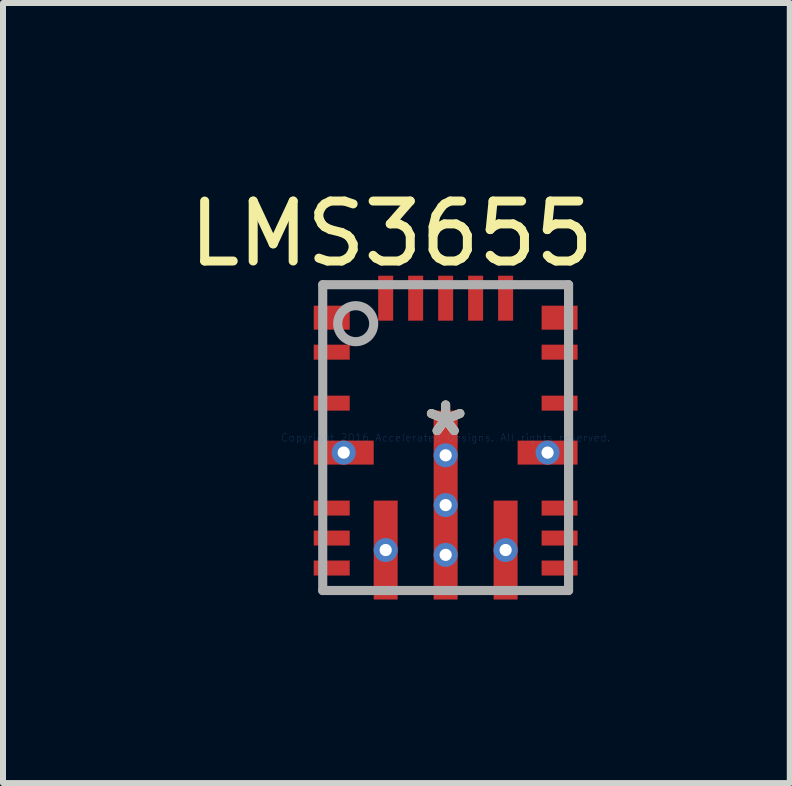
<source format=kicad_pcb>
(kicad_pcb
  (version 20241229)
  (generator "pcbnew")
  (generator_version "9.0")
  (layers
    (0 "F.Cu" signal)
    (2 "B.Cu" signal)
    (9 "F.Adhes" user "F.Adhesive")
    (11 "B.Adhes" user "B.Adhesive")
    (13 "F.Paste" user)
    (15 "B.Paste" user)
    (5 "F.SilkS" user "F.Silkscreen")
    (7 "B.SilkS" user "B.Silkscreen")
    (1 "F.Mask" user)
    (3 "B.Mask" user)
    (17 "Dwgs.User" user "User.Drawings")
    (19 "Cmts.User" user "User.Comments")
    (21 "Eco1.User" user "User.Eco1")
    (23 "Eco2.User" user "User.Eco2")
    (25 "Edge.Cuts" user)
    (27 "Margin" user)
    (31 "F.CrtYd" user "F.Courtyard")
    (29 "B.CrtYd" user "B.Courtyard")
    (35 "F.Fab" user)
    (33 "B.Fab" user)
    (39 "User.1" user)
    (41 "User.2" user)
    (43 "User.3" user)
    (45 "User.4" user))
  (footprint "LMS3655"
    (layer "F.Cu")
    (at 4.382 4.248)
    (property "Reference" "LMS3655" (at -0.9 -3.4 0) (layer "F.SilkS") (effects (font (size 1 1) (thickness 0.15))))
    (attr through_hole)
    (fp_line (start -2.2 0.1) (end -2.199 0.09) (stroke (width 0.152) (type solid)) (layer "F.Paste"))
    (fp_line (start -2.2 0.4) (end -2.2 0.1) (stroke (width 0.152) (type solid)) (layer "F.Paste"))
    (fp_line (start -2.199 0.09) (end -2.196 0.081) (stroke (width 0.152) (type solid)) (layer "F.Paste"))
    (fp_line (start -2.199 0.41) (end -2.2 0.4) (stroke (width 0.152) (type solid)) (layer "F.Paste"))
    (fp_line (start -2.196 0.081) (end -2.192 0.072) (stroke (width 0.152) (type solid)) (layer "F.Paste"))
    (fp_line (start -2.196 0.419) (end -2.199 0.41) (stroke (width 0.152) (type solid)) (layer "F.Paste"))
    (fp_line (start -2.192 0.072) (end -2.185 0.065) (stroke (width 0.152) (type solid)) (layer "F.Paste"))
    (fp_line (start -2.192 0.428) (end -2.196 0.419) (stroke (width 0.152) (type solid)) (layer "F.Paste"))
    (fp_line (start -2.185 0.065) (end -2.178 0.058) (stroke (width 0.152) (type solid)) (layer "F.Paste"))
    (fp_line (start -2.185 0.435) (end -2.192 0.428) (stroke (width 0.152) (type solid)) (layer "F.Paste"))
    (fp_line (start -2.178 0.058) (end -2.169 0.054) (stroke (width 0.152) (type solid)) (layer "F.Paste"))
    (fp_line (start -2.178 0.442) (end -2.185 0.435) (stroke (width 0.152) (type solid)) (layer "F.Paste"))
    (fp_line (start -2.169 0.054) (end -2.16 0.051) (stroke (width 0.152) (type solid)) (layer "F.Paste"))
    (fp_line (start -2.169 0.446) (end -2.178 0.442) (stroke (width 0.152) (type solid)) (layer "F.Paste"))
    (fp_line (start -2.16 0.051) (end -2.15 0.05) (stroke (width 0.152) (type solid)) (layer "F.Paste"))
    (fp_line (start -2.16 0.449) (end -2.169 0.446) (stroke (width 0.152) (type solid)) (layer "F.Paste"))
    (fp_line (start -2.15 0.05) (end -1.85 0.05) (stroke (width 0.152) (type solid)) (layer "F.Paste"))
    (fp_line (start -2.15 0.45) (end -2.16 0.449) (stroke (width 0.152) (type solid)) (layer "F.Paste"))
    (fp_line (start -1.85 0.05) (end -1.84 0.051) (stroke (width 0.152) (type solid)) (layer "F.Paste"))
    (fp_line (start -1.85 0.45) (end -2.15 0.45) (stroke (width 0.152) (type solid)) (layer "F.Paste"))
    (fp_line (start -1.84 0.051) (end -1.831 0.054) (stroke (width 0.152) (type solid)) (layer "F.Paste"))
    (fp_line (start -1.84 0.449) (end -1.85 0.45) (stroke (width 0.152) (type solid)) (layer "F.Paste"))
    (fp_line (start -1.831 0.054) (end -1.822 0.058) (stroke (width 0.152) (type solid)) (layer "F.Paste"))
    (fp_line (start -1.831 0.446) (end -1.84 0.449) (stroke (width 0.152) (type solid)) (layer "F.Paste"))
    (fp_line (start -1.822 0.058) (end -1.815 0.065) (stroke (width 0.152) (type solid)) (layer "F.Paste"))
    (fp_line (start -1.822 0.442) (end -1.831 0.446) (stroke (width 0.152) (type solid)) (layer "F.Paste"))
    (fp_line (start -1.815 0.065) (end -1.808 0.072) (stroke (width 0.152) (type solid)) (layer "F.Paste"))
    (fp_line (start -1.815 0.435) (end -1.822 0.442) (stroke (width 0.152) (type solid)) (layer "F.Paste"))
    (fp_line (start -1.808 0.072) (end -1.804 0.081) (stroke (width 0.152) (type solid)) (layer "F.Paste"))
    (fp_line (start -1.808 0.428) (end -1.815 0.435) (stroke (width 0.152) (type solid)) (layer "F.Paste"))
    (fp_line (start -1.804 0.081) (end -1.801 0.09) (stroke (width 0.152) (type solid)) (layer "F.Paste"))
    (fp_line (start -1.804 0.419) (end -1.808 0.428) (stroke (width 0.152) (type solid)) (layer "F.Paste"))
    (fp_line (start -1.801 0.09) (end -1.8 0.1) (stroke (width 0.152) (type solid)) (layer "F.Paste"))
    (fp_line (start -1.801 0.41) (end -1.804 0.419) (stroke (width 0.152) (type solid)) (layer "F.Paste"))
    (fp_line (start -1.8 0.1) (end -1.8 0.4) (stroke (width 0.152) (type solid)) (layer "F.Paste"))
    (fp_line (start -1.8 0.4) (end -1.801 0.41) (stroke (width 0.152) (type solid)) (layer "F.Paste"))
    (fp_line (start -1.6 0.1) (end -1.599 0.09) (stroke (width 0.152) (type solid)) (layer "F.Paste"))
    (fp_line (start -1.6 0.4) (end -1.6 0.1) (stroke (width 0.152) (type solid)) (layer "F.Paste"))
    (fp_line (start -1.599 0.09) (end -1.596 0.081) (stroke (width 0.152) (type solid)) (layer "F.Paste"))
    (fp_line (start -1.599 0.41) (end -1.6 0.4) (stroke (width 0.152) (type solid)) (layer "F.Paste"))
    (fp_line (start -1.596 0.081) (end -1.592 0.072) (stroke (width 0.152) (type solid)) (layer "F.Paste"))
    (fp_line (start -1.596 0.419) (end -1.599 0.41) (stroke (width 0.152) (type solid)) (layer "F.Paste"))
    (fp_line (start -1.592 0.072) (end -1.585 0.065) (stroke (width 0.152) (type solid)) (layer "F.Paste"))
    (fp_line (start -1.592 0.428) (end -1.596 0.419) (stroke (width 0.152) (type solid)) (layer "F.Paste"))
    (fp_line (start -1.585 0.065) (end -1.578 0.058) (stroke (width 0.152) (type solid)) (layer "F.Paste"))
    (fp_line (start -1.585 0.435) (end -1.592 0.428) (stroke (width 0.152) (type solid)) (layer "F.Paste"))
    (fp_line (start -1.578 0.058) (end -1.569 0.054) (stroke (width 0.152) (type solid)) (layer "F.Paste"))
    (fp_line (start -1.578 0.442) (end -1.585 0.435) (stroke (width 0.152) (type solid)) (layer "F.Paste"))
    (fp_line (start -1.569 0.054) (end -1.56 0.051) (stroke (width 0.152) (type solid)) (layer "F.Paste"))
    (fp_line (start -1.569 0.446) (end -1.578 0.442) (stroke (width 0.152) (type solid)) (layer "F.Paste"))
    (fp_line (start -1.56 0.051) (end -1.55 0.05) (stroke (width 0.152) (type solid)) (layer "F.Paste"))
    (fp_line (start -1.56 0.449) (end -1.569 0.446) (stroke (width 0.152) (type solid)) (layer "F.Paste"))
    (fp_line (start -1.55 0.05) (end -1.25 0.05) (stroke (width 0.152) (type solid)) (layer "F.Paste"))
    (fp_line (start -1.55 0.45) (end -1.56 0.449) (stroke (width 0.152) (type solid)) (layer "F.Paste"))
    (fp_line (start -1.25 0.05) (end -1.24 0.051) (stroke (width 0.152) (type solid)) (layer "F.Paste"))
    (fp_line (start -1.25 0.45) (end -1.55 0.45) (stroke (width 0.152) (type solid)) (layer "F.Paste"))
    (fp_line (start -1.24 0.051) (end -1.231 0.054) (stroke (width 0.152) (type solid)) (layer "F.Paste"))
    (fp_line (start -1.24 0.449) (end -1.25 0.45) (stroke (width 0.152) (type solid)) (layer "F.Paste"))
    (fp_line (start -1.231 0.054) (end -1.222 0.058) (stroke (width 0.152) (type solid)) (layer "F.Paste"))
    (fp_line (start -1.231 0.446) (end -1.24 0.449) (stroke (width 0.152) (type solid)) (layer "F.Paste"))
    (fp_line (start -1.222 0.058) (end -1.215 0.065) (stroke (width 0.152) (type solid)) (layer "F.Paste"))
    (fp_line (start -1.222 0.442) (end -1.231 0.446) (stroke (width 0.152) (type solid)) (layer "F.Paste"))
    (fp_line (start -1.215 0.065) (end -1.208 0.072) (stroke (width 0.152) (type solid)) (layer "F.Paste"))
    (fp_line (start -1.215 0.435) (end -1.222 0.442) (stroke (width 0.152) (type solid)) (layer "F.Paste"))
    (fp_line (start -1.208 0.072) (end -1.204 0.081) (stroke (width 0.152) (type solid)) (layer "F.Paste"))
    (fp_line (start -1.208 0.428) (end -1.215 0.435) (stroke (width 0.152) (type solid)) (layer "F.Paste"))
    (fp_line (start -1.204 0.081) (end -1.201 0.09) (stroke (width 0.152) (type solid)) (layer "F.Paste"))
    (fp_line (start -1.204 0.419) (end -1.208 0.428) (stroke (width 0.152) (type solid)) (layer "F.Paste"))
    (fp_line (start -1.201 0.09) (end -1.2 0.1) (stroke (width 0.152) (type solid)) (layer "F.Paste"))
    (fp_line (start -1.201 0.41) (end -1.204 0.419) (stroke (width 0.152) (type solid)) (layer "F.Paste"))
    (fp_line (start -1.2 0.1) (end -1.2 0.4) (stroke (width 0.152) (type solid)) (layer "F.Paste"))
    (fp_line (start -1.2 0.4) (end -1.201 0.41) (stroke (width 0.152) (type solid)) (layer "F.Paste"))
    (fp_line (start -1.2 1.165) (end -1.199 1.155) (stroke (width 0.152) (type solid)) (layer "F.Paste"))
    (fp_line (start -1.2 1.725) (end -1.2 1.165) (stroke (width 0.152) (type solid)) (layer "F.Paste"))
    (fp_line (start -1.2 2.025) (end -1.199 2.015) (stroke (width 0.152) (type solid)) (layer "F.Paste"))
    (fp_line (start -1.2 2.585) (end -1.2 2.025) (stroke (width 0.152) (type solid)) (layer "F.Paste"))
    (fp_line (start -1.199 1.155) (end -1.196 1.146) (stroke (width 0.152) (type solid)) (layer "F.Paste"))
    (fp_line (start -1.199 1.735) (end -1.2 1.725) (stroke (width 0.152) (type solid)) (layer "F.Paste"))
    (fp_line (start -1.199 2.015) (end -1.196 2.006) (stroke (width 0.152) (type solid)) (layer "F.Paste"))
    (fp_line (start -1.199 2.595) (end -1.2 2.585) (stroke (width 0.152) (type solid)) (layer "F.Paste"))
    (fp_line (start -1.196 1.146) (end -1.192 1.137) (stroke (width 0.152) (type solid)) (layer "F.Paste"))
    (fp_line (start -1.196 1.744) (end -1.199 1.735) (stroke (width 0.152) (type solid)) (layer "F.Paste"))
    (fp_line (start -1.196 2.006) (end -1.192 1.997) (stroke (width 0.152) (type solid)) (layer "F.Paste"))
    (fp_line (start -1.196 2.604) (end -1.199 2.595) (stroke (width 0.152) (type solid)) (layer "F.Paste"))
    (fp_line (start -1.192 1.137) (end -1.185 1.13) (stroke (width 0.152) (type solid)) (layer "F.Paste"))
    (fp_line (start -1.192 1.753) (end -1.196 1.744) (stroke (width 0.152) (type solid)) (layer "F.Paste"))
    (fp_line (start -1.192 1.997) (end -1.185 1.99) (stroke (width 0.152) (type solid)) (layer "F.Paste"))
    (fp_line (start -1.192 2.613) (end -1.196 2.604) (stroke (width 0.152) (type solid)) (layer "F.Paste"))
    (fp_line (start -1.185 1.13) (end -1.178 1.123) (stroke (width 0.152) (type solid)) (layer "F.Paste"))
    (fp_line (start -1.185 1.76) (end -1.192 1.753) (stroke (width 0.152) (type solid)) (layer "F.Paste"))
    (fp_line (start -1.185 1.99) (end -1.178 1.983) (stroke (width 0.152) (type solid)) (layer "F.Paste"))
    (fp_line (start -1.185 2.62) (end -1.192 2.613) (stroke (width 0.152) (type solid)) (layer "F.Paste"))
    (fp_line (start -1.178 1.123) (end -1.169 1.119) (stroke (width 0.152) (type solid)) (layer "F.Paste"))
    (fp_line (start -1.178 1.767) (end -1.185 1.76) (stroke (width 0.152) (type solid)) (layer "F.Paste"))
    (fp_line (start -1.178 1.983) (end -1.169 1.979) (stroke (width 0.152) (type solid)) (layer "F.Paste"))
    (fp_line (start -1.178 2.627) (end -1.185 2.62) (stroke (width 0.152) (type solid)) (layer "F.Paste"))
    (fp_line (start -1.169 1.119) (end -1.16 1.116) (stroke (width 0.152) (type solid)) (layer "F.Paste"))
    (fp_line (start -1.169 1.771) (end -1.178 1.767) (stroke (width 0.152) (type solid)) (layer "F.Paste"))
    (fp_line (start -1.169 1.979) (end -1.16 1.976) (stroke (width 0.152) (type solid)) (layer "F.Paste"))
    (fp_line (start -1.169 2.631) (end -1.178 2.627) (stroke (width 0.152) (type solid)) (layer "F.Paste"))
    (fp_line (start -1.16 1.116) (end -1.15 1.115) (stroke (width 0.152) (type solid)) (layer "F.Paste"))
    (fp_line (start -1.16 1.774) (end -1.169 1.771) (stroke (width 0.152) (type solid)) (layer "F.Paste"))
    (fp_line (start -1.16 1.976) (end -1.15 1.975) (stroke (width 0.152) (type solid)) (layer "F.Paste"))
    (fp_line (start -1.16 2.634) (end -1.169 2.631) (stroke (width 0.152) (type solid)) (layer "F.Paste"))
    (fp_line (start -1.15 1.115) (end -0.85 1.115) (stroke (width 0.152) (type solid)) (layer "F.Paste"))
    (fp_line (start -1.15 1.775) (end -1.16 1.774) (stroke (width 0.152) (type solid)) (layer "F.Paste"))
    (fp_line (start -1.15 1.975) (end -0.85 1.975) (stroke (width 0.152) (type solid)) (layer "F.Paste"))
    (fp_line (start -1.15 2.635) (end -1.16 2.634) (stroke (width 0.152) (type solid)) (layer "F.Paste"))
    (fp_line (start -0.85 1.115) (end -0.84 1.116) (stroke (width 0.152) (type solid)) (layer "F.Paste"))
    (fp_line (start -0.85 1.775) (end -1.15 1.775) (stroke (width 0.152) (type solid)) (layer "F.Paste"))
    (fp_line (start -0.85 1.975) (end -0.84 1.976) (stroke (width 0.152) (type solid)) (layer "F.Paste"))
    (fp_line (start -0.85 2.635) (end -1.15 2.635) (stroke (width 0.152) (type solid)) (layer "F.Paste"))
    (fp_line (start -0.84 1.116) (end -0.831 1.119) (stroke (width 0.152) (type solid)) (layer "F.Paste"))
    (fp_line (start -0.84 1.774) (end -0.85 1.775) (stroke (width 0.152) (type solid)) (layer "F.Paste"))
    (fp_line (start -0.84 1.976) (end -0.831 1.979) (stroke (width 0.152) (type solid)) (layer "F.Paste"))
    (fp_line (start -0.84 2.634) (end -0.85 2.635) (stroke (width 0.152) (type solid)) (layer "F.Paste"))
    (fp_line (start -0.831 1.119) (end -0.822 1.123) (stroke (width 0.152) (type solid)) (layer "F.Paste"))
    (fp_line (start -0.831 1.771) (end -0.84 1.774) (stroke (width 0.152) (type solid)) (layer "F.Paste"))
    (fp_line (start -0.831 1.979) (end -0.822 1.983) (stroke (width 0.152) (type solid)) (layer "F.Paste"))
    (fp_line (start -0.831 2.631) (end -0.84 2.634) (stroke (width 0.152) (type solid)) (layer "F.Paste"))
    (fp_line (start -0.822 1.123) (end -0.815 1.13) (stroke (width 0.152) (type solid)) (layer "F.Paste"))
    (fp_line (start -0.822 1.767) (end -0.831 1.771) (stroke (width 0.152) (type solid)) (layer "F.Paste"))
    (fp_line (start -0.822 1.983) (end -0.815 1.99) (stroke (width 0.152) (type solid)) (layer "F.Paste"))
    (fp_line (start -0.822 2.627) (end -0.831 2.631) (stroke (width 0.152) (type solid)) (layer "F.Paste"))
    (fp_line (start -0.815 1.13) (end -0.808 1.137) (stroke (width 0.152) (type solid)) (layer "F.Paste"))
    (fp_line (start -0.815 1.76) (end -0.822 1.767) (stroke (width 0.152) (type solid)) (layer "F.Paste"))
    (fp_line (start -0.815 1.99) (end -0.808 1.997) (stroke (width 0.152) (type solid)) (layer "F.Paste"))
    (fp_line (start -0.815 2.62) (end -0.822 2.627) (stroke (width 0.152) (type solid)) (layer "F.Paste"))
    (fp_line (start -0.808 1.137) (end -0.804 1.146) (stroke (width 0.152) (type solid)) (layer "F.Paste"))
    (fp_line (start -0.808 1.753) (end -0.815 1.76) (stroke (width 0.152) (type solid)) (layer "F.Paste"))
    (fp_line (start -0.808 1.997) (end -0.804 2.006) (stroke (width 0.152) (type solid)) (layer "F.Paste"))
    (fp_line (start -0.808 2.613) (end -0.815 2.62) (stroke (width 0.152) (type solid)) (layer "F.Paste"))
    (fp_line (start -0.804 1.146) (end -0.801 1.155) (stroke (width 0.152) (type solid)) (layer "F.Paste"))
    (fp_line (start -0.804 1.744) (end -0.808 1.753) (stroke (width 0.152) (type solid)) (layer "F.Paste"))
    (fp_line (start -0.804 2.006) (end -0.801 2.015) (stroke (width 0.152) (type solid)) (layer "F.Paste"))
    (fp_line (start -0.804 2.604) (end -0.808 2.613) (stroke (width 0.152) (type solid)) (layer "F.Paste"))
    (fp_line (start -0.801 1.155) (end -0.8 1.165) (stroke (width 0.152) (type solid)) (layer "F.Paste"))
    (fp_line (start -0.801 1.735) (end -0.804 1.744) (stroke (width 0.152) (type solid)) (layer "F.Paste"))
    (fp_line (start -0.801 2.015) (end -0.8 2.025) (stroke (width 0.152) (type solid)) (layer "F.Paste"))
    (fp_line (start -0.801 2.595) (end -0.804 2.604) (stroke (width 0.152) (type solid)) (layer "F.Paste"))
    (fp_line (start -0.8 1.165) (end -0.8 1.725) (stroke (width 0.152) (type solid)) (layer "F.Paste"))
    (fp_line (start -0.8 1.725) (end -0.801 1.735) (stroke (width 0.152) (type solid)) (layer "F.Paste"))
    (fp_line (start -0.8 2.025) (end -0.8 2.585) (stroke (width 0.152) (type solid)) (layer "F.Paste"))
    (fp_line (start -0.8 2.585) (end -0.801 2.595) (stroke (width 0.152) (type solid)) (layer "F.Paste"))
    (fp_line (start -0.2 -0.385) (end -0.199 -0.395) (stroke (width 0.152) (type solid)) (layer "F.Paste"))
    (fp_line (start -0.2 0.145) (end -0.2 -0.385) (stroke (width 0.152) (type solid)) (layer "F.Paste"))
    (fp_line (start -0.2 0.445) (end -0.199 0.435) (stroke (width 0.152) (type solid)) (layer "F.Paste"))
    (fp_line (start -0.2 0.975) (end -0.2 0.445) (stroke (width 0.152) (type solid)) (layer "F.Paste"))
    (fp_line (start -0.2 1.275) (end -0.199 1.265) (stroke (width 0.152) (type solid)) (layer "F.Paste"))
    (fp_line (start -0.2 1.805) (end -0.2 1.275) (stroke (width 0.152) (type solid)) (layer "F.Paste"))
    (fp_line (start -0.2 2.105) (end -0.199 2.095) (stroke (width 0.152) (type solid)) (layer "F.Paste"))
    (fp_line (start -0.2 2.635) (end -0.2 2.105) (stroke (width 0.152) (type solid)) (layer "F.Paste"))
    (fp_line (start -0.199 -0.395) (end -0.196 -0.404) (stroke (width 0.152) (type solid)) (layer "F.Paste"))
    (fp_line (start -0.199 0.155) (end -0.2 0.145) (stroke (width 0.152) (type solid)) (layer "F.Paste"))
    (fp_line (start -0.199 0.435) (end -0.196 0.426) (stroke (width 0.152) (type solid)) (layer "F.Paste"))
    (fp_line (start -0.199 0.985) (end -0.2 0.975) (stroke (width 0.152) (type solid)) (layer "F.Paste"))
    (fp_line (start -0.199 1.265) (end -0.196 1.256) (stroke (width 0.152) (type solid)) (layer "F.Paste"))
    (fp_line (start -0.199 1.815) (end -0.2 1.805) (stroke (width 0.152) (type solid)) (layer "F.Paste"))
    (fp_line (start -0.199 2.095) (end -0.196 2.086) (stroke (width 0.152) (type solid)) (layer "F.Paste"))
    (fp_line (start -0.199 2.645) (end -0.2 2.635) (stroke (width 0.152) (type solid)) (layer "F.Paste"))
    (fp_line (start -0.196 -0.404) (end -0.192 -0.413) (stroke (width 0.152) (type solid)) (layer "F.Paste"))
    (fp_line (start -0.196 0.164) (end -0.199 0.155) (stroke (width 0.152) (type solid)) (layer "F.Paste"))
    (fp_line (start -0.196 0.426) (end -0.192 0.417) (stroke (width 0.152) (type solid)) (layer "F.Paste"))
    (fp_line (start -0.196 0.994) (end -0.199 0.985) (stroke (width 0.152) (type solid)) (layer "F.Paste"))
    (fp_line (start -0.196 1.256) (end -0.192 1.247) (stroke (width 0.152) (type solid)) (layer "F.Paste"))
    (fp_line (start -0.196 1.824) (end -0.199 1.815) (stroke (width 0.152) (type solid)) (layer "F.Paste"))
    (fp_line (start -0.196 2.086) (end -0.192 2.077) (stroke (width 0.152) (type solid)) (layer "F.Paste"))
    (fp_line (start -0.196 2.654) (end -0.199 2.645) (stroke (width 0.152) (type solid)) (layer "F.Paste"))
    (fp_line (start -0.192 -0.413) (end -0.185 -0.42) (stroke (width 0.152) (type solid)) (layer "F.Paste"))
    (fp_line (start -0.192 0.173) (end -0.196 0.164) (stroke (width 0.152) (type solid)) (layer "F.Paste"))
    (fp_line (start -0.192 0.417) (end -0.185 0.41) (stroke (width 0.152) (type solid)) (layer "F.Paste"))
    (fp_line (start -0.192 1.003) (end -0.196 0.994) (stroke (width 0.152) (type solid)) (layer "F.Paste"))
    (fp_line (start -0.192 1.247) (end -0.185 1.24) (stroke (width 0.152) (type solid)) (layer "F.Paste"))
    (fp_line (start -0.192 1.833) (end -0.196 1.824) (stroke (width 0.152) (type solid)) (layer "F.Paste"))
    (fp_line (start -0.192 2.077) (end -0.185 2.07) (stroke (width 0.152) (type solid)) (layer "F.Paste"))
    (fp_line (start -0.192 2.663) (end -0.196 2.654) (stroke (width 0.152) (type solid)) (layer "F.Paste"))
    (fp_line (start -0.185 -0.42) (end -0.178 -0.427) (stroke (width 0.152) (type solid)) (layer "F.Paste"))
    (fp_line (start -0.185 0.18) (end -0.192 0.173) (stroke (width 0.152) (type solid)) (layer "F.Paste"))
    (fp_line (start -0.185 0.41) (end -0.178 0.403) (stroke (width 0.152) (type solid)) (layer "F.Paste"))
    (fp_line (start -0.185 1.01) (end -0.192 1.003) (stroke (width 0.152) (type solid)) (layer "F.Paste"))
    (fp_line (start -0.185 1.24) (end -0.178 1.233) (stroke (width 0.152) (type solid)) (layer "F.Paste"))
    (fp_line (start -0.185 1.84) (end -0.192 1.833) (stroke (width 0.152) (type solid)) (layer "F.Paste"))
    (fp_line (start -0.185 2.07) (end -0.178 2.063) (stroke (width 0.152) (type solid)) (layer "F.Paste"))
    (fp_line (start -0.185 2.67) (end -0.192 2.663) (stroke (width 0.152) (type solid)) (layer "F.Paste"))
    (fp_line (start -0.178 -0.427) (end -0.169 -0.431) (stroke (width 0.152) (type solid)) (layer "F.Paste"))
    (fp_line (start -0.178 0.187) (end -0.185 0.18) (stroke (width 0.152) (type solid)) (layer "F.Paste"))
    (fp_line (start -0.178 0.403) (end -0.169 0.399) (stroke (width 0.152) (type solid)) (layer "F.Paste"))
    (fp_line (start -0.178 1.017) (end -0.185 1.01) (stroke (width 0.152) (type solid)) (layer "F.Paste"))
    (fp_line (start -0.178 1.233) (end -0.169 1.229) (stroke (width 0.152) (type solid)) (layer "F.Paste"))
    (fp_line (start -0.178 1.847) (end -0.185 1.84) (stroke (width 0.152) (type solid)) (layer "F.Paste"))
    (fp_line (start -0.178 2.063) (end -0.169 2.059) (stroke (width 0.152) (type solid)) (layer "F.Paste"))
    (fp_line (start -0.178 2.677) (end -0.185 2.67) (stroke (width 0.152) (type solid)) (layer "F.Paste"))
    (fp_line (start -0.169 -0.431) (end -0.16 -0.434) (stroke (width 0.152) (type solid)) (layer "F.Paste"))
    (fp_line (start -0.169 0.191) (end -0.178 0.187) (stroke (width 0.152) (type solid)) (layer "F.Paste"))
    (fp_line (start -0.169 0.399) (end -0.16 0.396) (stroke (width 0.152) (type solid)) (layer "F.Paste"))
    (fp_line (start -0.169 1.021) (end -0.178 1.017) (stroke (width 0.152) (type solid)) (layer "F.Paste"))
    (fp_line (start -0.169 1.229) (end -0.16 1.226) (stroke (width 0.152) (type solid)) (layer "F.Paste"))
    (fp_line (start -0.169 1.851) (end -0.178 1.847) (stroke (width 0.152) (type solid)) (layer "F.Paste"))
    (fp_line (start -0.169 2.059) (end -0.16 2.056) (stroke (width 0.152) (type solid)) (layer "F.Paste"))
    (fp_line (start -0.169 2.681) (end -0.178 2.677) (stroke (width 0.152) (type solid)) (layer "F.Paste"))
    (fp_line (start -0.16 -0.434) (end -0.15 -0.435) (stroke (width 0.152) (type solid)) (layer "F.Paste"))
    (fp_line (start -0.16 0.194) (end -0.169 0.191) (stroke (width 0.152) (type solid)) (layer "F.Paste"))
    (fp_line (start -0.16 0.396) (end -0.15 0.395) (stroke (width 0.152) (type solid)) (layer "F.Paste"))
    (fp_line (start -0.16 1.024) (end -0.169 1.021) (stroke (width 0.152) (type solid)) (layer "F.Paste"))
    (fp_line (start -0.16 1.226) (end -0.15 1.225) (stroke (width 0.152) (type solid)) (layer "F.Paste"))
    (fp_line (start -0.16 1.854) (end -0.169 1.851) (stroke (width 0.152) (type solid)) (layer "F.Paste"))
    (fp_line (start -0.16 2.056) (end -0.15 2.055) (stroke (width 0.152) (type solid)) (layer "F.Paste"))
    (fp_line (start -0.16 2.684) (end -0.169 2.681) (stroke (width 0.152) (type solid)) (layer "F.Paste"))
    (fp_line (start -0.15 -0.435) (end 0.15 -0.435) (stroke (width 0.152) (type solid)) (layer "F.Paste"))
    (fp_line (start -0.15 0.195) (end -0.16 0.194) (stroke (width 0.152) (type solid)) (layer "F.Paste"))
    (fp_line (start -0.15 0.395) (end 0.15 0.395) (stroke (width 0.152) (type solid)) (layer "F.Paste"))
    (fp_line (start -0.15 1.025) (end -0.16 1.024) (stroke (width 0.152) (type solid)) (layer "F.Paste"))
    (fp_line (start -0.15 1.225) (end 0.15 1.225) (stroke (width 0.152) (type solid)) (layer "F.Paste"))
    (fp_line (start -0.15 1.855) (end -0.16 1.854) (stroke (width 0.152) (type solid)) (layer "F.Paste"))
    (fp_line (start -0.15 2.055) (end 0.15 2.055) (stroke (width 0.152) (type solid)) (layer "F.Paste"))
    (fp_line (start -0.15 2.685) (end -0.16 2.684) (stroke (width 0.152) (type solid)) (layer "F.Paste"))
    (fp_line (start 0.15 -0.435) (end 0.16 -0.434) (stroke (width 0.152) (type solid)) (layer "F.Paste"))
    (fp_line (start 0.15 0.195) (end -0.15 0.195) (stroke (width 0.152) (type solid)) (layer "F.Paste"))
    (fp_line (start 0.15 0.395) (end 0.16 0.396) (stroke (width 0.152) (type solid)) (layer "F.Paste"))
    (fp_line (start 0.15 1.025) (end -0.15 1.025) (stroke (width 0.152) (type solid)) (layer "F.Paste"))
    (fp_line (start 0.15 1.225) (end 0.16 1.226) (stroke (width 0.152) (type solid)) (layer "F.Paste"))
    (fp_line (start 0.15 1.855) (end -0.15 1.855) (stroke (width 0.152) (type solid)) (layer "F.Paste"))
    (fp_line (start 0.15 2.055) (end 0.16 2.056) (stroke (width 0.152) (type solid)) (layer "F.Paste"))
    (fp_line (start 0.15 2.685) (end -0.15 2.685) (stroke (width 0.152) (type solid)) (layer "F.Paste"))
    (fp_line (start 0.16 -0.434) (end 0.169 -0.431) (stroke (width 0.152) (type solid)) (layer "F.Paste"))
    (fp_line (start 0.16 0.194) (end 0.15 0.195) (stroke (width 0.152) (type solid)) (layer "F.Paste"))
    (fp_line (start 0.16 0.396) (end 0.169 0.399) (stroke (width 0.152) (type solid)) (layer "F.Paste"))
    (fp_line (start 0.16 1.024) (end 0.15 1.025) (stroke (width 0.152) (type solid)) (layer "F.Paste"))
    (fp_line (start 0.16 1.226) (end 0.169 1.229) (stroke (width 0.152) (type solid)) (layer "F.Paste"))
    (fp_line (start 0.16 1.854) (end 0.15 1.855) (stroke (width 0.152) (type solid)) (layer "F.Paste"))
    (fp_line (start 0.16 2.056) (end 0.169 2.059) (stroke (width 0.152) (type solid)) (layer "F.Paste"))
    (fp_line (start 0.16 2.684) (end 0.15 2.685) (stroke (width 0.152) (type solid)) (layer "F.Paste"))
    (fp_line (start 0.169 -0.431) (end 0.178 -0.427) (stroke (width 0.152) (type solid)) (layer "F.Paste"))
    (fp_line (start 0.169 0.191) (end 0.16 0.194) (stroke (width 0.152) (type solid)) (layer "F.Paste"))
    (fp_line (start 0.169 0.399) (end 0.178 0.403) (stroke (width 0.152) (type solid)) (layer "F.Paste"))
    (fp_line (start 0.169 1.021) (end 0.16 1.024) (stroke (width 0.152) (type solid)) (layer "F.Paste"))
    (fp_line (start 0.169 1.229) (end 0.178 1.233) (stroke (width 0.152) (type solid)) (layer "F.Paste"))
    (fp_line (start 0.169 1.851) (end 0.16 1.854) (stroke (width 0.152) (type solid)) (layer "F.Paste"))
    (fp_line (start 0.169 2.059) (end 0.178 2.063) (stroke (width 0.152) (type solid)) (layer "F.Paste"))
    (fp_line (start 0.169 2.681) (end 0.16 2.684) (stroke (width 0.152) (type solid)) (layer "F.Paste"))
    (fp_line (start 0.178 -0.427) (end 0.185 -0.42) (stroke (width 0.152) (type solid)) (layer "F.Paste"))
    (fp_line (start 0.178 0.187) (end 0.169 0.191) (stroke (width 0.152) (type solid)) (layer "F.Paste"))
    (fp_line (start 0.178 0.403) (end 0.185 0.41) (stroke (width 0.152) (type solid)) (layer "F.Paste"))
    (fp_line (start 0.178 1.017) (end 0.169 1.021) (stroke (width 0.152) (type solid)) (layer "F.Paste"))
    (fp_line (start 0.178 1.233) (end 0.185 1.24) (stroke (width 0.152) (type solid)) (layer "F.Paste"))
    (fp_line (start 0.178 1.847) (end 0.169 1.851) (stroke (width 0.152) (type solid)) (layer "F.Paste"))
    (fp_line (start 0.178 2.063) (end 0.185 2.07) (stroke (width 0.152) (type solid)) (layer "F.Paste"))
    (fp_line (start 0.178 2.677) (end 0.169 2.681) (stroke (width 0.152) (type solid)) (layer "F.Paste"))
    (fp_line (start 0.185 -0.42) (end 0.192 -0.413) (stroke (width 0.152) (type solid)) (layer "F.Paste"))
    (fp_line (start 0.185 0.18) (end 0.178 0.187) (stroke (width 0.152) (type solid)) (layer "F.Paste"))
    (fp_line (start 0.185 0.41) (end 0.192 0.417) (stroke (width 0.152) (type solid)) (layer "F.Paste"))
    (fp_line (start 0.185 1.01) (end 0.178 1.017) (stroke (width 0.152) (type solid)) (layer "F.Paste"))
    (fp_line (start 0.185 1.24) (end 0.192 1.247) (stroke (width 0.152) (type solid)) (layer "F.Paste"))
    (fp_line (start 0.185 1.84) (end 0.178 1.847) (stroke (width 0.152) (type solid)) (layer "F.Paste"))
    (fp_line (start 0.185 2.07) (end 0.192 2.077) (stroke (width 0.152) (type solid)) (layer "F.Paste"))
    (fp_line (start 0.185 2.67) (end 0.178 2.677) (stroke (width 0.152) (type solid)) (layer "F.Paste"))
    (fp_line (start 0.192 -0.413) (end 0.196 -0.404) (stroke (width 0.152) (type solid)) (layer "F.Paste"))
    (fp_line (start 0.192 0.173) (end 0.185 0.18) (stroke (width 0.152) (type solid)) (layer "F.Paste"))
    (fp_line (start 0.192 0.417) (end 0.196 0.426) (stroke (width 0.152) (type solid)) (layer "F.Paste"))
    (fp_line (start 0.192 1.003) (end 0.185 1.01) (stroke (width 0.152) (type solid)) (layer "F.Paste"))
    (fp_line (start 0.192 1.247) (end 0.196 1.256) (stroke (width 0.152) (type solid)) (layer "F.Paste"))
    (fp_line (start 0.192 1.833) (end 0.185 1.84) (stroke (width 0.152) (type solid)) (layer "F.Paste"))
    (fp_line (start 0.192 2.077) (end 0.196 2.086) (stroke (width 0.152) (type solid)) (layer "F.Paste"))
    (fp_line (start 0.192 2.663) (end 0.185 2.67) (stroke (width 0.152) (type solid)) (layer "F.Paste"))
    (fp_line (start 0.196 -0.404) (end 0.199 -0.395) (stroke (width 0.152) (type solid)) (layer "F.Paste"))
    (fp_line (start 0.196 0.164) (end 0.192 0.173) (stroke (width 0.152) (type solid)) (layer "F.Paste"))
    (fp_line (start 0.196 0.426) (end 0.199 0.435) (stroke (width 0.152) (type solid)) (layer "F.Paste"))
    (fp_line (start 0.196 0.994) (end 0.192 1.003) (stroke (width 0.152) (type solid)) (layer "F.Paste"))
    (fp_line (start 0.196 1.256) (end 0.199 1.265) (stroke (width 0.152) (type solid)) (layer "F.Paste"))
    (fp_line (start 0.196 1.824) (end 0.192 1.833) (stroke (width 0.152) (type solid)) (layer "F.Paste"))
    (fp_line (start 0.196 2.086) (end 0.199 2.095) (stroke (width 0.152) (type solid)) (layer "F.Paste"))
    (fp_line (start 0.196 2.654) (end 0.192 2.663) (stroke (width 0.152) (type solid)) (layer "F.Paste"))
    (fp_line (start 0.199 -0.395) (end 0.2 -0.385) (stroke (width 0.152) (type solid)) (layer "F.Paste"))
    (fp_line (start 0.199 0.155) (end 0.196 0.164) (stroke (width 0.152) (type solid)) (layer "F.Paste"))
    (fp_line (start 0.199 0.435) (end 0.2 0.445) (stroke (width 0.152) (type solid)) (layer "F.Paste"))
    (fp_line (start 0.199 0.985) (end 0.196 0.994) (stroke (width 0.152) (type solid)) (layer "F.Paste"))
    (fp_line (start 0.199 1.265) (end 0.2 1.275) (stroke (width 0.152) (type solid)) (layer "F.Paste"))
    (fp_line (start 0.199 1.815) (end 0.196 1.824) (stroke (width 0.152) (type solid)) (layer "F.Paste"))
    (fp_line (start 0.199 2.095) (end 0.2 2.105) (stroke (width 0.152) (type solid)) (layer "F.Paste"))
    (fp_line (start 0.199 2.645) (end 0.196 2.654) (stroke (width 0.152) (type solid)) (layer "F.Paste"))
    (fp_line (start 0.2 -0.385) (end 0.2 0.145) (stroke (width 0.152) (type solid)) (layer "F.Paste"))
    (fp_line (start 0.2 0.145) (end 0.199 0.155) (stroke (width 0.152) (type solid)) (layer "F.Paste"))
    (fp_line (start 0.2 0.445) (end 0.2 0.975) (stroke (width 0.152) (type solid)) (layer "F.Paste"))
    (fp_line (start 0.2 0.975) (end 0.199 0.985) (stroke (width 0.152) (type solid)) (layer "F.Paste"))
    (fp_line (start 0.2 1.275) (end 0.2 1.805) (stroke (width 0.152) (type solid)) (layer "F.Paste"))
    (fp_line (start 0.2 1.805) (end 0.199 1.815) (stroke (width 0.152) (type solid)) (layer "F.Paste"))
    (fp_line (start 0.2 2.105) (end 0.2 2.635) (stroke (width 0.152) (type solid)) (layer "F.Paste"))
    (fp_line (start 0.2 2.635) (end 0.199 2.645) (stroke (width 0.152) (type solid)) (layer "F.Paste"))
    (fp_line (start 0.8 1.165) (end 0.801 1.155) (stroke (width 0.152) (type solid)) (layer "F.Paste"))
    (fp_line (start 0.8 1.725) (end 0.8 1.165) (stroke (width 0.152) (type solid)) (layer "F.Paste"))
    (fp_line (start 0.8 2.025) (end 0.801 2.015) (stroke (width 0.152) (type solid)) (layer "F.Paste"))
    (fp_line (start 0.8 2.585) (end 0.8 2.025) (stroke (width 0.152) (type solid)) (layer "F.Paste"))
    (fp_line (start 0.801 1.155) (end 0.804 1.146) (stroke (width 0.152) (type solid)) (layer "F.Paste"))
    (fp_line (start 0.801 1.735) (end 0.8 1.725) (stroke (width 0.152) (type solid)) (layer "F.Paste"))
    (fp_line (start 0.801 2.015) (end 0.804 2.006) (stroke (width 0.152) (type solid)) (layer "F.Paste"))
    (fp_line (start 0.801 2.595) (end 0.8 2.585) (stroke (width 0.152) (type solid)) (layer "F.Paste"))
    (fp_line (start 0.804 1.146) (end 0.808 1.137) (stroke (width 0.152) (type solid)) (layer "F.Paste"))
    (fp_line (start 0.804 1.744) (end 0.801 1.735) (stroke (width 0.152) (type solid)) (layer "F.Paste"))
    (fp_line (start 0.804 2.006) (end 0.808 1.997) (stroke (width 0.152) (type solid)) (layer "F.Paste"))
    (fp_line (start 0.804 2.604) (end 0.801 2.595) (stroke (width 0.152) (type solid)) (layer "F.Paste"))
    (fp_line (start 0.808 1.137) (end 0.815 1.13) (stroke (width 0.152) (type solid)) (layer "F.Paste"))
    (fp_line (start 0.808 1.753) (end 0.804 1.744) (stroke (width 0.152) (type solid)) (layer "F.Paste"))
    (fp_line (start 0.808 1.997) (end 0.815 1.99) (stroke (width 0.152) (type solid)) (layer "F.Paste"))
    (fp_line (start 0.808 2.613) (end 0.804 2.604) (stroke (width 0.152) (type solid)) (layer "F.Paste"))
    (fp_line (start 0.815 1.13) (end 0.822 1.123) (stroke (width 0.152) (type solid)) (layer "F.Paste"))
    (fp_line (start 0.815 1.76) (end 0.808 1.753) (stroke (width 0.152) (type solid)) (layer "F.Paste"))
    (fp_line (start 0.815 1.99) (end 0.822 1.983) (stroke (width 0.152) (type solid)) (layer "F.Paste"))
    (fp_line (start 0.815 2.62) (end 0.808 2.613) (stroke (width 0.152) (type solid)) (layer "F.Paste"))
    (fp_line (start 0.822 1.123) (end 0.831 1.119) (stroke (width 0.152) (type solid)) (layer "F.Paste"))
    (fp_line (start 0.822 1.767) (end 0.815 1.76) (stroke (width 0.152) (type solid)) (layer "F.Paste"))
    (fp_line (start 0.822 1.983) (end 0.831 1.979) (stroke (width 0.152) (type solid)) (layer "F.Paste"))
    (fp_line (start 0.822 2.627) (end 0.815 2.62) (stroke (width 0.152) (type solid)) (layer "F.Paste"))
    (fp_line (start 0.831 1.119) (end 0.84 1.116) (stroke (width 0.152) (type solid)) (layer "F.Paste"))
    (fp_line (start 0.831 1.771) (end 0.822 1.767) (stroke (width 0.152) (type solid)) (layer "F.Paste"))
    (fp_line (start 0.831 1.979) (end 0.84 1.976) (stroke (width 0.152) (type solid)) (layer "F.Paste"))
    (fp_line (start 0.831 2.631) (end 0.822 2.627) (stroke (width 0.152) (type solid)) (layer "F.Paste"))
    (fp_line (start 0.84 1.116) (end 0.85 1.115) (stroke (width 0.152) (type solid)) (layer "F.Paste"))
    (fp_line (start 0.84 1.774) (end 0.831 1.771) (stroke (width 0.152) (type solid)) (layer "F.Paste"))
    (fp_line (start 0.84 1.976) (end 0.85 1.975) (stroke (width 0.152) (type solid)) (layer "F.Paste"))
    (fp_line (start 0.84 2.634) (end 0.831 2.631) (stroke (width 0.152) (type solid)) (layer "F.Paste"))
    (fp_line (start 0.85 1.115) (end 1.15 1.115) (stroke (width 0.152) (type solid)) (layer "F.Paste"))
    (fp_line (start 0.85 1.775) (end 0.84 1.774) (stroke (width 0.152) (type solid)) (layer "F.Paste"))
    (fp_line (start 0.85 1.975) (end 1.15 1.975) (stroke (width 0.152) (type solid)) (layer "F.Paste"))
    (fp_line (start 0.85 2.635) (end 0.84 2.634) (stroke (width 0.152) (type solid)) (layer "F.Paste"))
    (fp_line (start 1.15 1.115) (end 1.16 1.116) (stroke (width 0.152) (type solid)) (layer "F.Paste"))
    (fp_line (start 1.15 1.775) (end 0.85 1.775) (stroke (width 0.152) (type solid)) (layer "F.Paste"))
    (fp_line (start 1.15 1.975) (end 1.16 1.976) (stroke (width 0.152) (type solid)) (layer "F.Paste"))
    (fp_line (start 1.15 2.635) (end 0.85 2.635) (stroke (width 0.152) (type solid)) (layer "F.Paste"))
    (fp_line (start 1.16 1.116) (end 1.169 1.119) (stroke (width 0.152) (type solid)) (layer "F.Paste"))
    (fp_line (start 1.16 1.774) (end 1.15 1.775) (stroke (width 0.152) (type solid)) (layer "F.Paste"))
    (fp_line (start 1.16 1.976) (end 1.169 1.979) (stroke (width 0.152) (type solid)) (layer "F.Paste"))
    (fp_line (start 1.16 2.634) (end 1.15 2.635) (stroke (width 0.152) (type solid)) (layer "F.Paste"))
    (fp_line (start 1.169 1.119) (end 1.178 1.123) (stroke (width 0.152) (type solid)) (layer "F.Paste"))
    (fp_line (start 1.169 1.771) (end 1.16 1.774) (stroke (width 0.152) (type solid)) (layer "F.Paste"))
    (fp_line (start 1.169 1.979) (end 1.178 1.983) (stroke (width 0.152) (type solid)) (layer "F.Paste"))
    (fp_line (start 1.169 2.631) (end 1.16 2.634) (stroke (width 0.152) (type solid)) (layer "F.Paste"))
    (fp_line (start 1.178 1.123) (end 1.185 1.13) (stroke (width 0.152) (type solid)) (layer "F.Paste"))
    (fp_line (start 1.178 1.767) (end 1.169 1.771) (stroke (width 0.152) (type solid)) (layer "F.Paste"))
    (fp_line (start 1.178 1.983) (end 1.185 1.99) (stroke (width 0.152) (type solid)) (layer "F.Paste"))
    (fp_line (start 1.178 2.627) (end 1.169 2.631) (stroke (width 0.152) (type solid)) (layer "F.Paste"))
    (fp_line (start 1.185 1.13) (end 1.192 1.137) (stroke (width 0.152) (type solid)) (layer "F.Paste"))
    (fp_line (start 1.185 1.76) (end 1.178 1.767) (stroke (width 0.152) (type solid)) (layer "F.Paste"))
    (fp_line (start 1.185 1.99) (end 1.192 1.997) (stroke (width 0.152) (type solid)) (layer "F.Paste"))
    (fp_line (start 1.185 2.62) (end 1.178 2.627) (stroke (width 0.152) (type solid)) (layer "F.Paste"))
    (fp_line (start 1.192 1.137) (end 1.196 1.146) (stroke (width 0.152) (type solid)) (layer "F.Paste"))
    (fp_line (start 1.192 1.753) (end 1.185 1.76) (stroke (width 0.152) (type solid)) (layer "F.Paste"))
    (fp_line (start 1.192 1.997) (end 1.196 2.006) (stroke (width 0.152) (type solid)) (layer "F.Paste"))
    (fp_line (start 1.192 2.613) (end 1.185 2.62) (stroke (width 0.152) (type solid)) (layer "F.Paste"))
    (fp_line (start 1.196 1.146) (end 1.199 1.155) (stroke (width 0.152) (type solid)) (layer "F.Paste"))
    (fp_line (start 1.196 1.744) (end 1.192 1.753) (stroke (width 0.152) (type solid)) (layer "F.Paste"))
    (fp_line (start 1.196 2.006) (end 1.199 2.015) (stroke (width 0.152) (type solid)) (layer "F.Paste"))
    (fp_line (start 1.196 2.604) (end 1.192 2.613) (stroke (width 0.152) (type solid)) (layer "F.Paste"))
    (fp_line (start 1.199 1.155) (end 1.2 1.165) (stroke (width 0.152) (type solid)) (layer "F.Paste"))
    (fp_line (start 1.199 1.735) (end 1.196 1.744) (stroke (width 0.152) (type solid)) (layer "F.Paste"))
    (fp_line (start 1.199 2.015) (end 1.2 2.025) (stroke (width 0.152) (type solid)) (layer "F.Paste"))
    (fp_line (start 1.199 2.595) (end 1.196 2.604) (stroke (width 0.152) (type solid)) (layer "F.Paste"))
    (fp_line (start 1.2 0.1) (end 1.201 0.09) (stroke (width 0.152) (type solid)) (layer "F.Paste"))
    (fp_line (start 1.2 0.4) (end 1.2 0.1) (stroke (width 0.152) (type solid)) (layer "F.Paste"))
    (fp_line (start 1.2 1.165) (end 1.2 1.725) (stroke (width 0.152) (type solid)) (layer "F.Paste"))
    (fp_line (start 1.2 1.725) (end 1.199 1.735) (stroke (width 0.152) (type solid)) (layer "F.Paste"))
    (fp_line (start 1.2 2.025) (end 1.2 2.585) (stroke (width 0.152) (type solid)) (layer "F.Paste"))
    (fp_line (start 1.2 2.585) (end 1.199 2.595) (stroke (width 0.152) (type solid)) (layer "F.Paste"))
    (fp_line (start 1.201 0.09) (end 1.204 0.081) (stroke (width 0.152) (type solid)) (layer "F.Paste"))
    (fp_line (start 1.201 0.41) (end 1.2 0.4) (stroke (width 0.152) (type solid)) (layer "F.Paste"))
    (fp_line (start 1.204 0.081) (end 1.208 0.072) (stroke (width 0.152) (type solid)) (layer "F.Paste"))
    (fp_line (start 1.204 0.419) (end 1.201 0.41) (stroke (width 0.152) (type solid)) (layer "F.Paste"))
    (fp_line (start 1.208 0.072) (end 1.215 0.065) (stroke (width 0.152) (type solid)) (layer "F.Paste"))
    (fp_line (start 1.208 0.428) (end 1.204 0.419) (stroke (width 0.152) (type solid)) (layer "F.Paste"))
    (fp_line (start 1.215 0.065) (end 1.222 0.058) (stroke (width 0.152) (type solid)) (layer "F.Paste"))
    (fp_line (start 1.215 0.435) (end 1.208 0.428) (stroke (width 0.152) (type solid)) (layer "F.Paste"))
    (fp_line (start 1.222 0.058) (end 1.231 0.054) (stroke (width 0.152) (type solid)) (layer "F.Paste"))
    (fp_line (start 1.222 0.442) (end 1.215 0.435) (stroke (width 0.152) (type solid)) (layer "F.Paste"))
    (fp_line (start 1.231 0.054) (end 1.24 0.051) (stroke (width 0.152) (type solid)) (layer "F.Paste"))
    (fp_line (start 1.231 0.446) (end 1.222 0.442) (stroke (width 0.152) (type solid)) (layer "F.Paste"))
    (fp_line (start 1.24 0.051) (end 1.25 0.05) (stroke (width 0.152) (type solid)) (layer "F.Paste"))
    (fp_line (start 1.24 0.449) (end 1.231 0.446) (stroke (width 0.152) (type solid)) (layer "F.Paste"))
    (fp_line (start 1.25 0.05) (end 1.55 0.05) (stroke (width 0.152) (type solid)) (layer "F.Paste"))
    (fp_line (start 1.25 0.45) (end 1.24 0.449) (stroke (width 0.152) (type solid)) (layer "F.Paste"))
    (fp_line (start 1.55 0.05) (end 1.56 0.051) (stroke (width 0.152) (type solid)) (layer "F.Paste"))
    (fp_line (start 1.55 0.45) (end 1.25 0.45) (stroke (width 0.152) (type solid)) (layer "F.Paste"))
    (fp_line (start 1.56 0.051) (end 1.569 0.054) (stroke (width 0.152) (type solid)) (layer "F.Paste"))
    (fp_line (start 1.56 0.449) (end 1.55 0.45) (stroke (width 0.152) (type solid)) (layer "F.Paste"))
    (fp_line (start 1.569 0.054) (end 1.578 0.058) (stroke (width 0.152) (type solid)) (layer "F.Paste"))
    (fp_line (start 1.569 0.446) (end 1.56 0.449) (stroke (width 0.152) (type solid)) (layer "F.Paste"))
    (fp_line (start 1.578 0.058) (end 1.585 0.065) (stroke (width 0.152) (type solid)) (layer "F.Paste"))
    (fp_line (start 1.578 0.442) (end 1.569 0.446) (stroke (width 0.152) (type solid)) (layer "F.Paste"))
    (fp_line (start 1.585 0.065) (end 1.592 0.072) (stroke (width 0.152) (type solid)) (layer "F.Paste"))
    (fp_line (start 1.585 0.435) (end 1.578 0.442) (stroke (width 0.152) (type solid)) (layer "F.Paste"))
    (fp_line (start 1.592 0.072) (end 1.596 0.081) (stroke (width 0.152) (type solid)) (layer "F.Paste"))
    (fp_line (start 1.592 0.428) (end 1.585 0.435) (stroke (width 0.152) (type solid)) (layer "F.Paste"))
    (fp_line (start 1.596 0.081) (end 1.599 0.09) (stroke (width 0.152) (type solid)) (layer "F.Paste"))
    (fp_line (start 1.596 0.419) (end 1.592 0.428) (stroke (width 0.152) (type solid)) (layer "F.Paste"))
    (fp_line (start 1.599 0.09) (end 1.6 0.1) (stroke (width 0.152) (type solid)) (layer "F.Paste"))
    (fp_line (start 1.599 0.41) (end 1.596 0.419) (stroke (width 0.152) (type solid)) (layer "F.Paste"))
    (fp_line (start 1.6 0.1) (end 1.6 0.4) (stroke (width 0.152) (type solid)) (layer "F.Paste"))
    (fp_line (start 1.6 0.4) (end 1.599 0.41) (stroke (width 0.152) (type solid)) (layer "F.Paste"))
    (fp_line (start 1.8 0.1) (end 1.801 0.09) (stroke (width 0.152) (type solid)) (layer "F.Paste"))
    (fp_line (start 1.8 0.4) (end 1.8 0.1) (stroke (width 0.152) (type solid)) (layer "F.Paste"))
    (fp_line (start 1.801 0.09) (end 1.804 0.081) (stroke (width 0.152) (type solid)) (layer "F.Paste"))
    (fp_line (start 1.801 0.41) (end 1.8 0.4) (stroke (width 0.152) (type solid)) (layer "F.Paste"))
    (fp_line (start 1.804 0.081) (end 1.808 0.072) (stroke (width 0.152) (type solid)) (layer "F.Paste"))
    (fp_line (start 1.804 0.419) (end 1.801 0.41) (stroke (width 0.152) (type solid)) (layer "F.Paste"))
    (fp_line (start 1.808 0.072) (end 1.815 0.065) (stroke (width 0.152) (type solid)) (layer "F.Paste"))
    (fp_line (start 1.808 0.428) (end 1.804 0.419) (stroke (width 0.152) (type solid)) (layer "F.Paste"))
    (fp_line (start 1.815 0.065) (end 1.822 0.058) (stroke (width 0.152) (type solid)) (layer "F.Paste"))
    (fp_line (start 1.815 0.435) (end 1.808 0.428) (stroke (width 0.152) (type solid)) (layer "F.Paste"))
    (fp_line (start 1.822 0.058) (end 1.831 0.054) (stroke (width 0.152) (type solid)) (layer "F.Paste"))
    (fp_line (start 1.822 0.442) (end 1.815 0.435) (stroke (width 0.152) (type solid)) (layer "F.Paste"))
    (fp_line (start 1.831 0.054) (end 1.84 0.051) (stroke (width 0.152) (type solid)) (layer "F.Paste"))
    (fp_line (start 1.831 0.446) (end 1.822 0.442) (stroke (width 0.152) (type solid)) (layer "F.Paste"))
    (fp_line (start 1.84 0.051) (end 1.85 0.05) (stroke (width 0.152) (type solid)) (layer "F.Paste"))
    (fp_line (start 1.84 0.449) (end 1.831 0.446) (stroke (width 0.152) (type solid)) (layer "F.Paste"))
    (fp_line (start 1.85 0.05) (end 2.15 0.05) (stroke (width 0.152) (type solid)) (layer "F.Paste"))
    (fp_line (start 1.85 0.45) (end 1.84 0.449) (stroke (width 0.152) (type solid)) (layer "F.Paste"))
    (fp_line (start 2.15 0.05) (end 2.16 0.051) (stroke (width 0.152) (type solid)) (layer "F.Paste"))
    (fp_line (start 2.15 0.45) (end 1.85 0.45) (stroke (width 0.152) (type solid)) (layer "F.Paste"))
    (fp_line (start 2.16 0.051) (end 2.169 0.054) (stroke (width 0.152) (type solid)) (layer "F.Paste"))
    (fp_line (start 2.16 0.449) (end 2.15 0.45) (stroke (width 0.152) (type solid)) (layer "F.Paste"))
    (fp_line (start 2.169 0.054) (end 2.178 0.058) (stroke (width 0.152) (type solid)) (layer "F.Paste"))
    (fp_line (start 2.169 0.446) (end 2.16 0.449) (stroke (width 0.152) (type solid)) (layer "F.Paste"))
    (fp_line (start 2.178 0.058) (end 2.185 0.065) (stroke (width 0.152) (type solid)) (layer "F.Paste"))
    (fp_line (start 2.178 0.442) (end 2.169 0.446) (stroke (width 0.152) (type solid)) (layer "F.Paste"))
    (fp_line (start 2.185 0.065) (end 2.192 0.072) (stroke (width 0.152) (type solid)) (layer "F.Paste"))
    (fp_line (start 2.185 0.435) (end 2.178 0.442) (stroke (width 0.152) (type solid)) (layer "F.Paste"))
    (fp_line (start 2.192 0.072) (end 2.196 0.081) (stroke (width 0.152) (type solid)) (layer "F.Paste"))
    (fp_line (start 2.192 0.428) (end 2.185 0.435) (stroke (width 0.152) (type solid)) (layer "F.Paste"))
    (fp_line (start 2.196 0.081) (end 2.199 0.09) (stroke (width 0.152) (type solid)) (layer "F.Paste"))
    (fp_line (start 2.196 0.419) (end 2.192 0.428) (stroke (width 0.152) (type solid)) (layer "F.Paste"))
    (fp_line (start 2.199 0.09) (end 2.2 0.1) (stroke (width 0.152) (type solid)) (layer "F.Paste"))
    (fp_line (start 2.199 0.41) (end 2.196 0.419) (stroke (width 0.152) (type solid)) (layer "F.Paste"))
    (fp_line (start 2.2 0.1) (end 2.2 0.4) (stroke (width 0.152) (type solid)) (layer "F.Paste"))
    (fp_line (start 2.2 0.4) (end 2.199 0.41) (stroke (width 0.152) (type solid)) (layer "F.Paste"))
    (fp_line (start -2.05 -2.55) (end 2.05 -2.55) (stroke (width 0.152) (type solid)) (layer "F.Fab"))
    (fp_line (start -2.05 2.55) (end -2.05 -2.55) (stroke (width 0.152) (type solid)) (layer "F.Fab"))
    (fp_line (start -2.05 2.55) (end 2.05 2.55) (stroke (width 0.152) (type solid)) (layer "F.Fab"))
    (fp_line (start 2.05 2.55) (end 2.05 -2.55) (stroke (width 0.152) (type solid)) (layer "F.Fab"))
    (fp_circle (center -1.5 -1.9) (end -1.2 -1.9) (stroke (width 0.152) (type solid)) (fill no) (layer "F.Fab"))
    (fp_text user "*" (at 0 0 0) (layer "F.SilkS") (effects (font (size 1 1) (thickness 0.15))))
    (fp_text user "Copyright 2016 Accelerated Designs. All rights reserved." (at 0 0 0) (layer "Cmts.User") (effects (font (size 0.127 0.127) (thickness 0.002))))
    (fp_text user "*" (at 0 0 0) (layer "F.Fab") (effects (font (size 1 1) (thickness 0.15))))
    (pad "1" smd rect (at -1.9 -2 90) (size 0.4 0.6) (layers "F.Cu" "F.Mask" "F.Paste"))
    (pad "2" smd rect (at -1.9 -1.425 90) (size 0.25 0.6) (layers "F.Cu" "F.Mask" "F.Paste"))
    (pad "3" smd rect (at -1.9 -0.575 90) (size 0.25 0.6) (layers "F.Cu" "F.Mask" "F.Paste"))
    (pad "4" smd rect (at -1.7 0.25 90) (size 0.4 1) (layers "F.Cu" "F.Mask" "F.Paste"))
    (pad "5" smd rect (at -1.9 1.175 90) (size 0.25 0.6) (layers "F.Cu" "F.Mask" "F.Paste"))
    (pad "6" smd rect (at -1.9 1.675 90) (size 0.25 0.6) (layers "F.Cu" "F.Mask" "F.Paste"))
    (pad "7" smd rect (at -1.9 2.175 90) (size 0.25 0.6) (layers "F.Cu" "F.Mask" "F.Paste"))
    (pad "8" smd rect (at -1 1.875) (size 0.4 1.65) (layers "F.Cu" "F.Mask" "F.Paste"))
    (pad "9" smd rect (at 0 1.125) (size 0.4 3.15) (layers "F.Cu" "F.Mask" "F.Paste"))
    (pad "10" smd rect (at 1 1.875) (size 0.4 1.65) (layers "F.Cu" "F.Mask" "F.Paste"))
    (pad "11" smd rect (at 1.9 2.175 90) (size 0.25 0.6) (layers "F.Cu" "F.Mask" "F.Paste"))
    (pad "12" smd rect (at 1.9 1.675 90) (size 0.25 0.6) (layers "F.Cu" "F.Mask" "F.Paste"))
    (pad "13" smd rect (at 1.9 1.175 90) (size 0.25 0.6) (layers "F.Cu" "F.Mask" "F.Paste"))
    (pad "14" smd rect (at 1.7 0.25 90) (size 0.4 1) (layers "F.Cu" "F.Mask" "F.Paste"))
    (pad "15" smd rect (at 1.9 -0.575 90) (size 0.25 0.6) (layers "F.Cu" "F.Mask" "F.Paste"))
    (pad "16" smd rect (at 1.9 -1.425 90) (size 0.25 0.6) (layers "F.Cu" "F.Mask" "F.Paste"))
    (pad "17" smd rect (at 1.9 -2 90) (size 0.4 0.6) (layers "F.Cu" "F.Mask" "F.Paste"))
    (pad "18" smd rect (at 1 -2.325) (size 0.25 0.75) (layers "F.Cu" "F.Mask" "F.Paste"))
    (pad "19" smd rect (at 0.5 -2.325) (size 0.25 0.75) (layers "F.Cu" "F.Mask" "F.Paste"))
    (pad "20" smd rect (at 0 -2.325) (size 0.25 0.75) (layers "F.Cu" "F.Mask" "F.Paste"))
    (pad "21" smd rect (at -0.5 -2.325) (size 0.25 0.75) (layers "F.Cu" "F.Mask" "F.Paste"))
    (pad "22" smd rect (at -1 -2.325) (size 0.25 0.75) (layers "F.Cu" "F.Mask" "F.Paste"))
    (pad "V" thru_hole circle (at -1.7 0.25) (size 0.4 0.4) (drill 0.203) (layers "*.Cu" "*.Mask"))
    (pad "V" thru_hole circle (at -1 1.875) (size 0.4 0.4) (drill 0.203) (layers "*.Cu" "*.Mask"))
    (pad "V" thru_hole circle (at 0 0.295) (size 0.4 0.4) (drill 0.203) (layers "*.Cu" "*.Mask"))
    (pad "V" thru_hole circle (at 0 1.125) (size 0.4 0.4) (drill 0.203) (layers "*.Cu" "*.Mask"))
    (pad "V" thru_hole circle (at 0 1.955) (size 0.4 0.4) (drill 0.203) (layers "*.Cu" "*.Mask"))
    (pad "V" thru_hole circle (at 1 1.875) (size 0.4 0.4) (drill 0.203) (layers "*.Cu" "*.Mask"))
    (pad "V" thru_hole circle (at 1.7 0.25) (size 0.4 0.4) (drill 0.203) (layers "*.Cu" "*.Mask")))
  (gr_rect
    (start -3 -3)
    (end 10.121 10.009)
    (stroke (width 0.1) (type default))
    (fill no)
    (layer "Edge.Cuts")))
</source>
